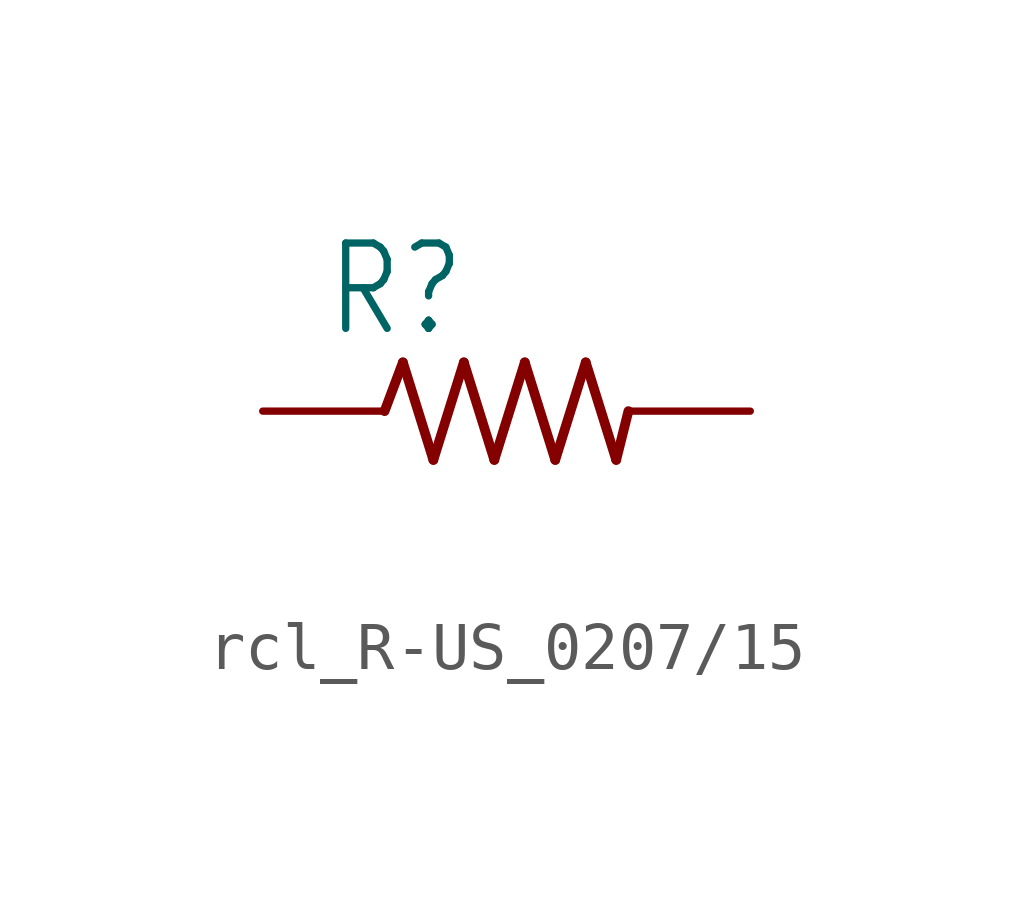
<source format=kicad_sym>
(kicad_symbol_lib
  (version 20231120)
  (generator "kicad_symbol_editor")
  (generator_version "8.0")
  (symbol "rcl_R-US_0207/15"
    (property "Reference" "R"
      (at -3.81 1.499 0)
      (effects (font (size 1.778 1.511)) (justify left bottom)))
    (property "Value" ""
      (at -3.81 -3.302 0)
      (effects (font (size 1.778 1.511)) (justify left bottom)))
    (property "ki_locked" ""
      (at 0 0 0)
      (effects (font (size 1.27 1.27))))
    (symbol "rcl_R-US_0207/15_1_0"
      (polyline (pts (xy -2.54 0) (xy -2.159 1.016)) (stroke (width 0.203) (type solid)) (fill (type none)))
      (polyline (pts (xy -2.159 1.016) (xy -1.524 -1.016)) (stroke (width 0.203) (type solid)) (fill (type none)))
      (polyline (pts (xy -1.524 -1.016) (xy -0.889 1.016)) (stroke (width 0.203) (type solid)) (fill (type none)))
      (polyline (pts (xy -0.889 1.016) (xy -0.254 -1.016)) (stroke (width 0.203) (type solid)) (fill (type none)))
      (polyline (pts (xy -0.254 -1.016) (xy 0.381 1.016)) (stroke (width 0.203) (type solid)) (fill (type none)))
      (polyline (pts (xy 0.381 1.016) (xy 1.016 -1.016)) (stroke (width 0.203) (type solid)) (fill (type none)))
      (polyline (pts (xy 1.016 -1.016) (xy 1.651 1.016)) (stroke (width 0.203) (type solid)) (fill (type none)))
      (polyline (pts (xy 1.651 1.016) (xy 2.286 -1.016)) (stroke (width 0.203) (type solid)) (fill (type none)))
      (polyline (pts (xy 2.286 -1.016) (xy 2.54 0)) (stroke (width 0.203) (type solid)) (fill (type none)))
      (pin passive line (at -5.08 0 0) (length 2.54) (name "1" (effects (font (size 0 0)))) (number "1" (effects (font (size 0 0)))))
      (pin passive line (at 5.08 0 180) (length 2.54) (name "2" (effects (font (size 0 0)))) (number "2" (effects (font (size 0 0))))))))
</source>
